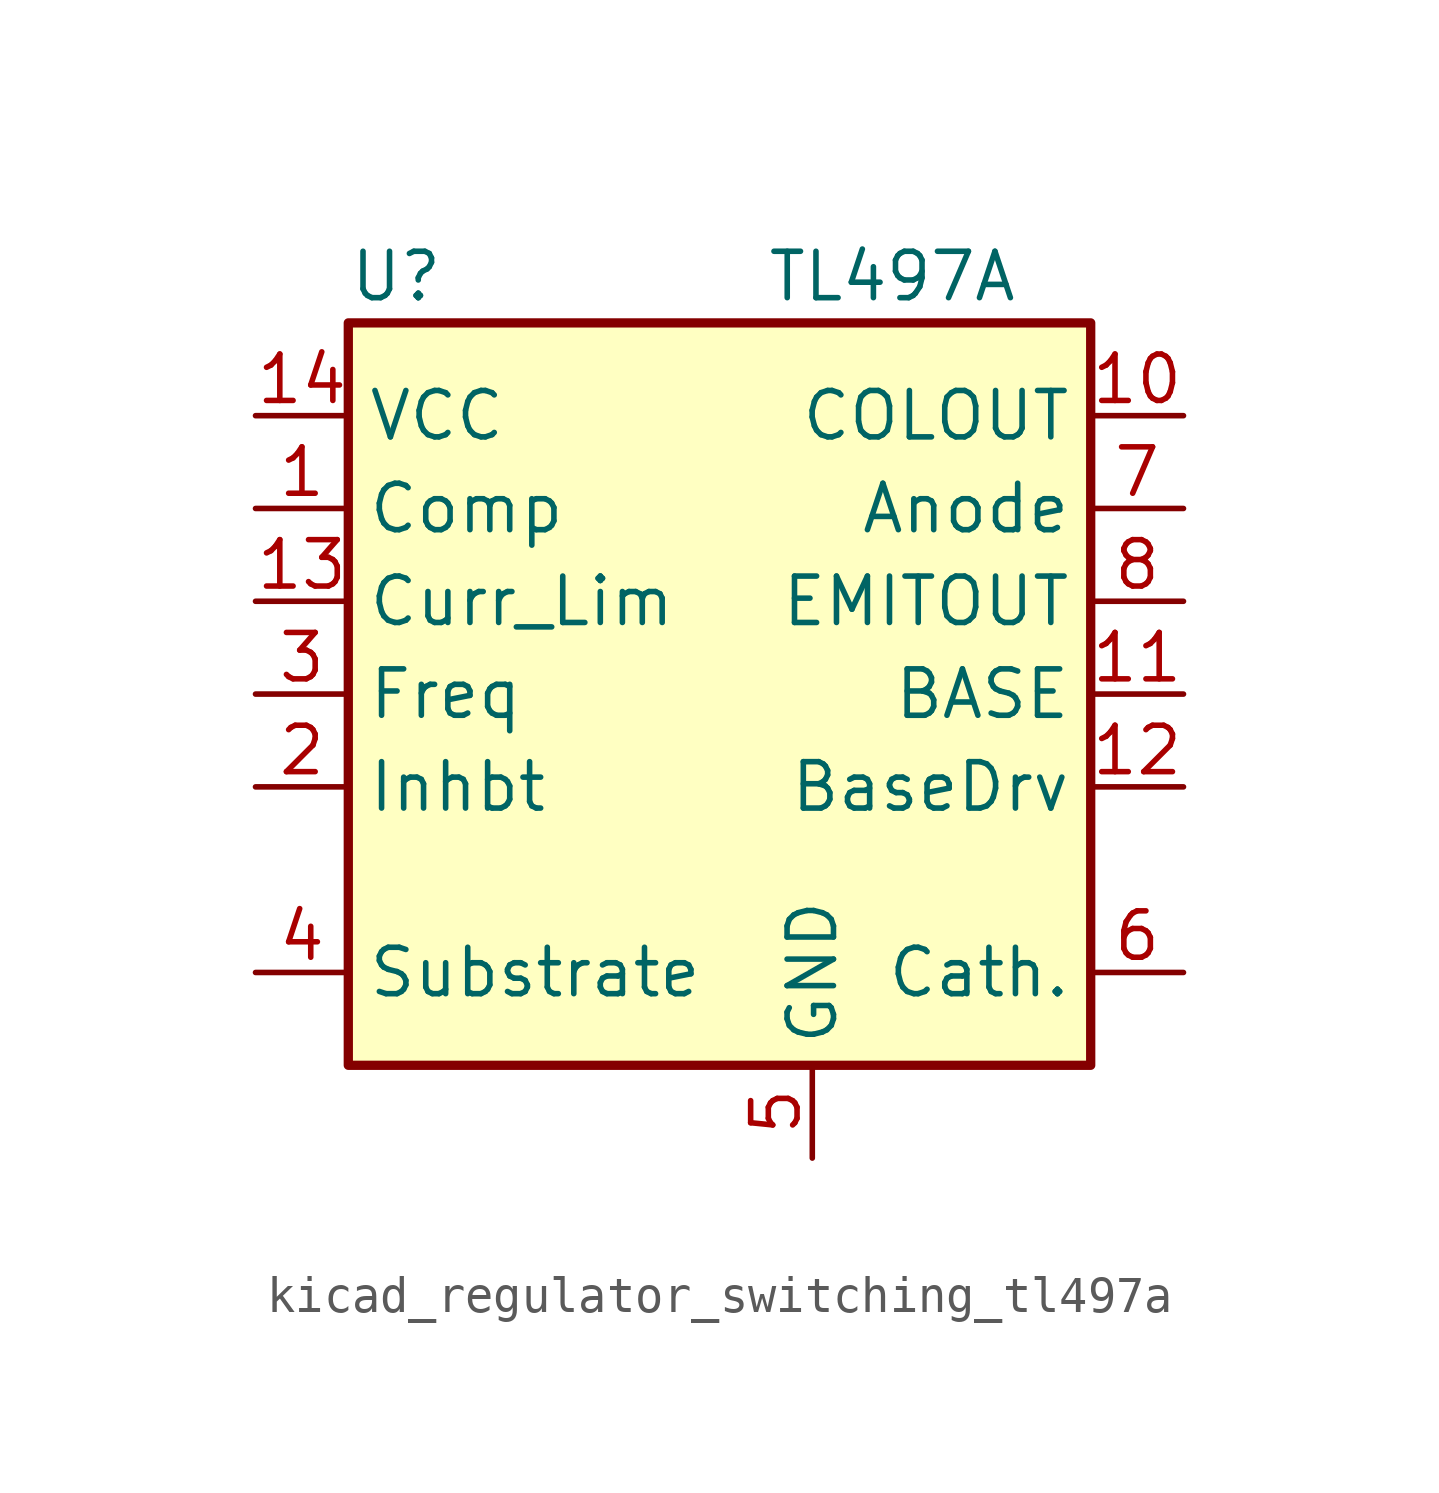
<source format=kicad_sym>
(kicad_symbol_lib
  (version 20220914)
  (generator kicad_symbol_editor)
  (symbol "kicad_regulator_switching_tl497a"
    (property "Reference" "U"
      (at -10.16 11.43 0)
      (effects (font (size 1.27 1.27)) (justify left)))
    (property "Value" "TL497A"
      (at 1.27 11.43 0)
      (effects (font (size 1.27 1.27)) (justify left)))
    (symbol "kicad_regulator_switching_tl497a_0_1"
      (rectangle (start -10.16 10.16) (end 10.16 -10.16) (stroke (width 0.254) (type default)) (fill (type background))))
    (symbol "kicad_regulator_switching_tl497a_1_1"
      (pin input line (at -12.7 5.08 0) (length 2.54) (name "Comp" (effects (font (size 1.27 1.27)))) (number "1" (effects (font (size 1.27 1.27)))))
      (pin open_collector line (at 12.7 7.62 180) (length 2.54) (name "COLOUT" (effects (font (size 1.27 1.27)))) (number "10" (effects (font (size 1.27 1.27)))))
      (pin passive line (at 12.7 0 180) (length 2.54) (name "BASE" (effects (font (size 1.27 1.27)))) (number "11" (effects (font (size 1.27 1.27)))))
      (pin passive line (at 12.7 -2.54 180) (length 2.54) (name "BaseDrv" (effects (font (size 1.27 1.27)))) (number "12" (effects (font (size 1.27 1.27)))))
      (pin input line (at -12.7 2.54 0) (length 2.54) (name "Curr_Lim" (effects (font (size 1.27 1.27)))) (number "13" (effects (font (size 1.27 1.27)))))
      (pin power_in line (at -12.7 7.62 0) (length 2.54) (name "VCC" (effects (font (size 1.27 1.27)))) (number "14" (effects (font (size 1.27 1.27)))))
      (pin input line (at -12.7 -2.54 0) (length 2.54) (name "Inhbt" (effects (font (size 1.27 1.27)))) (number "2" (effects (font (size 1.27 1.27)))))
      (pin input line (at -12.7 0 0) (length 2.54) (name "Freq" (effects (font (size 1.27 1.27)))) (number "3" (effects (font (size 1.27 1.27)))))
      (pin input line (at -12.7 -7.62 0) (length 2.54) (name "Substrate" (effects (font (size 1.27 1.27)))) (number "4" (effects (font (size 1.27 1.27)))))
      (pin power_in line (at 2.54 -12.7 90) (length 2.54) (name "GND" (effects (font (size 1.27 1.27)))) (number "5" (effects (font (size 1.27 1.27)))))
      (pin passive line (at 12.7 -7.62 180) (length 2.54) (name "Cath." (effects (font (size 1.27 1.27)))) (number "6" (effects (font (size 1.27 1.27)))))
      (pin passive line (at 12.7 5.08 180) (length 2.54) (name "Anode" (effects (font (size 1.27 1.27)))) (number "7" (effects (font (size 1.27 1.27)))))
      (pin open_emitter line (at 12.7 2.54 180) (length 2.54) (name "EMITOUT" (effects (font (size 1.27 1.27)))) (number "8" (effects (font (size 1.27 1.27)))))
      (pin no_connect line (at -10.16 -5.08 0) (length 2.54) hide (name "NC" (effects (font (size 1.27 1.27)))) (number "9" (effects (font (size 1.27 1.27))))))))
</source>
